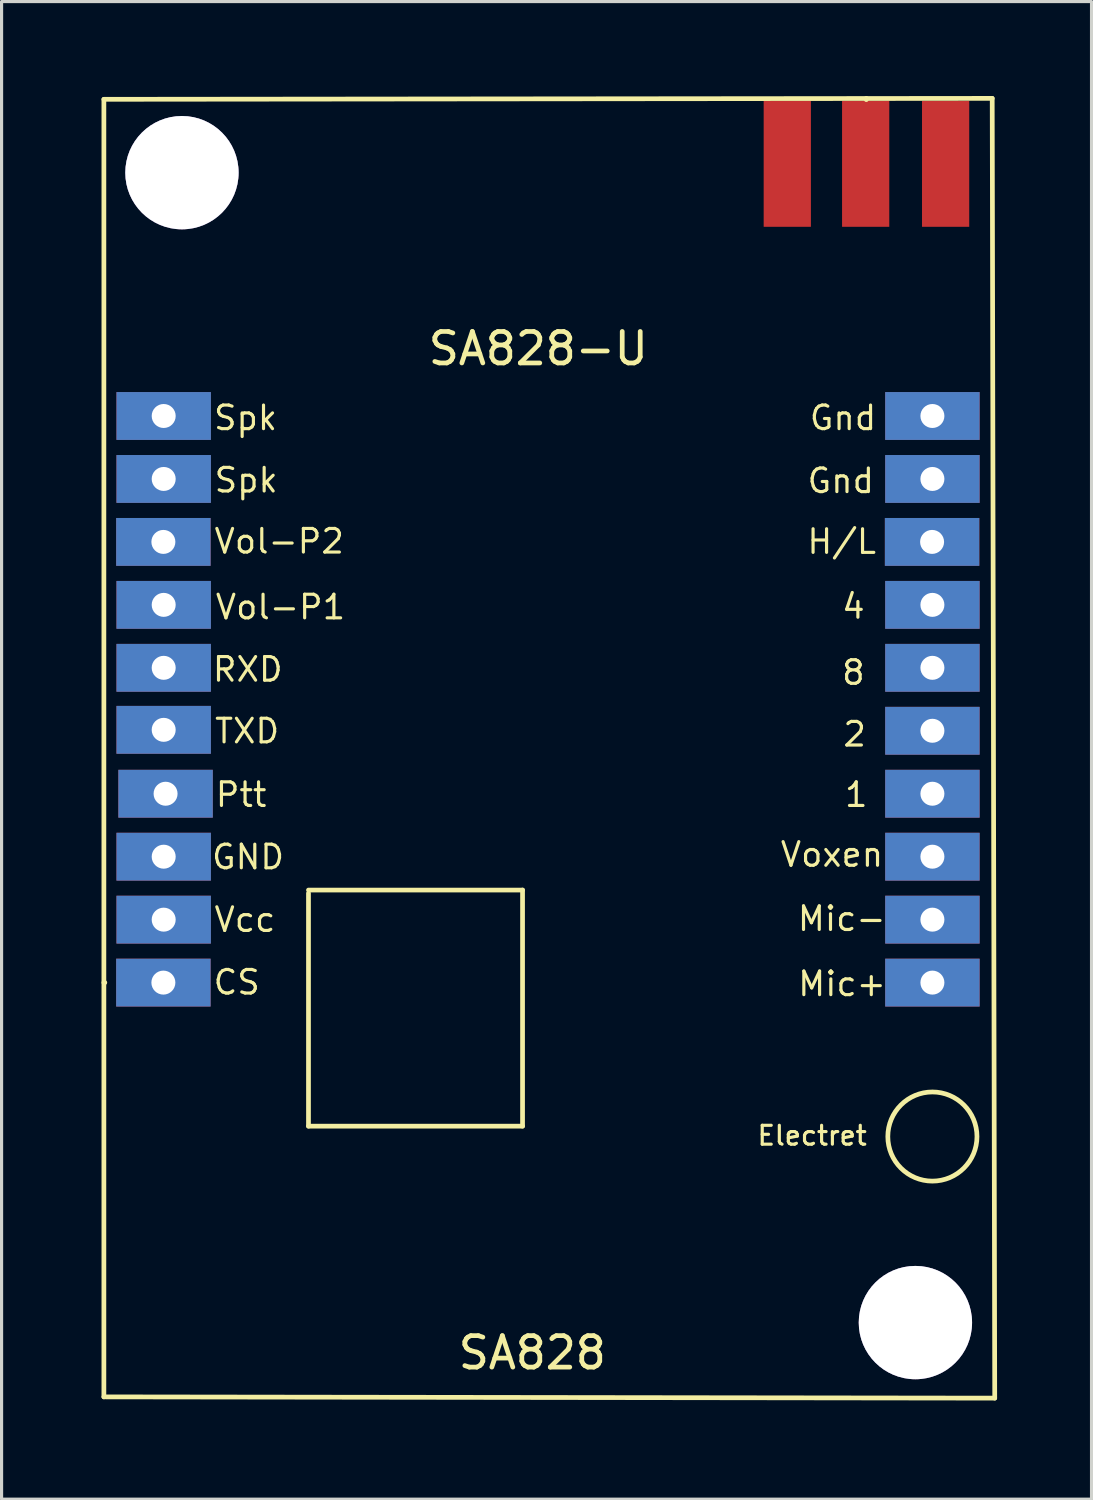
<source format=kicad_pcb>
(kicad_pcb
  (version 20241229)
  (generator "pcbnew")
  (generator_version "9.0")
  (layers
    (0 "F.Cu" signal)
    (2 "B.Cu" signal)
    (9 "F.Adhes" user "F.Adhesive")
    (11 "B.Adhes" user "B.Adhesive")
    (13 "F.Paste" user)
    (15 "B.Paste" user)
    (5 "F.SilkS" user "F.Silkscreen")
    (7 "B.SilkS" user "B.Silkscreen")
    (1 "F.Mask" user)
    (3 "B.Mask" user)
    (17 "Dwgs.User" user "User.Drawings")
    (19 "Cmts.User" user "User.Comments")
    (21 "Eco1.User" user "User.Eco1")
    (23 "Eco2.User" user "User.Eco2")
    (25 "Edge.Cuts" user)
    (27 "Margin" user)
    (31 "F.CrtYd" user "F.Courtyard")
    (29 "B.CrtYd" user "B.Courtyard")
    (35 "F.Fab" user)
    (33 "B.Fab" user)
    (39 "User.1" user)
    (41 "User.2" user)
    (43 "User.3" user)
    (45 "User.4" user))
  (footprint "SA828"
    (layer "F.Cu")
    (at 0.25 41.325)
    (property "Reference" "SA828" (at 13.61 -1.4 0) (layer "F.SilkS") (effects (font (size 1 1) (thickness 0.15))))
    (attr through_hole)
    (fp_line (start 0 -41.22) (end 28.22 -41.25) (stroke (width 0.15) (type solid)) (layer "F.SilkS"))
    (fp_line (start 0 -13.16) (end 0.03 -13.16) (stroke (width 0.15) (type solid)) (layer "F.SilkS"))
    (fp_line (start 0 0) (end 0 -41.22) (stroke (width 0.15) (type solid)) (layer "F.SilkS"))
    (fp_line (start 6.5 -16) (end 6.5 -8.6) (stroke (width 0.15) (type solid)) (layer "F.SilkS"))
    (fp_line (start 6.5 -8.6) (end 13.3 -8.6) (stroke (width 0.15) (type solid)) (layer "F.SilkS"))
    (fp_line (start 13.3 -16.1) (end 6.5 -16.1) (stroke (width 0.15) (type solid)) (layer "F.SilkS"))
    (fp_line (start 13.3 -8.6) (end 13.3 -16.1) (stroke (width 0.15) (type solid)) (layer "F.SilkS"))
    (fp_line (start 24.22 -41.25) (end 24.22 -41.21) (stroke (width 0.15) (type solid)) (layer "F.SilkS"))
    (fp_line (start 28.22 -41.25) (end 28.3 0.04) (stroke (width 0.15) (type solid)) (layer "F.SilkS"))
    (fp_line (start 28.3 0.04) (end 0 0) (stroke (width 0.15) (type solid)) (layer "F.SilkS"))
    (fp_circle (center 2.48 -38.89) (end 3.57 -38.95) (stroke (width 0.15) (type solid)) (fill no) (layer "F.SilkS"))
    (fp_circle (center 25.78 -2.35) (end 26.55 -3.25) (stroke (width 0.15) (type solid)) (fill no) (layer "F.SilkS"))
    (fp_circle (center 26.32 -8.27) (end 27.37 -9.22) (stroke (width 0.15) (type solid)) (fill no) (layer "F.SilkS"))
    (fp_text user "Electret" (at 22.5 -8.3 0) (layer "F.SilkS") (effects (font (size 0.6 0.6) (thickness 0.1))))
    (fp_text user "Mic-" (at 23.44 -15.19 0) (layer "F.SilkS") (effects (font (size 0.75 0.75) (thickness 0.1))))
    (fp_text user "Voxen" (at 23.13 -17.23 0) (layer "F.SilkS") (effects (font (size 0.75 0.75) (thickness 0.1))))
    (fp_text user "Gnd" (at 23.48 -31.1 0) (layer "F.SilkS") (effects (font (size 0.75 0.75) (thickness 0.1))))
    (fp_text user "SA828-U" (at 13.8 -33.3 0) (layer "F.SilkS") (effects (font (size 1 1) (thickness 0.15))))
    (fp_text user "CS" (at 4.22 -13.17 0) (layer "F.SilkS") (effects (font (size 0.75 0.75) (thickness 0.1))))
    (fp_text user "Mic+" (at 23.45 -13.12 0) (layer "F.SilkS") (effects (font (size 0.75 0.75) (thickness 0.1))))
    (fp_text user "Spk" (at 4.52 -29.12 0) (layer "F.SilkS") (effects (font (size 0.75 0.75) (thickness 0.1))))
    (fp_text user "GND" (at 4.58 -17.15 0) (layer "F.SilkS") (effects (font (size 0.75 0.75) (thickness 0.1))))
    (fp_text user "Spk" (at 4.5 -31.1 0) (layer "F.SilkS") (effects (font (size 0.75 0.75) (thickness 0.1))))
    (fp_text user "Ptt" (at 4.36 -19.13 0) (layer "F.SilkS") (effects (font (size 0.75 0.75) (thickness 0.1))))
    (fp_text user "1" (at 23.9 -19.13 0) (layer "F.SilkS") (effects (font (size 0.75 0.75) (thickness 0.1))))
    (fp_text user "TXD" (at 4.55 -21.15 0) (layer "F.SilkS") (effects (font (size 0.75 0.75) (thickness 0.1))))
    (fp_text user "2" (at 23.85 -21.05 0) (layer "F.SilkS") (effects (font (size 0.75 0.75) (thickness 0.1))))
    (fp_text user "Vol-P2" (at 5.57 -27.18 0) (layer "F.SilkS") (effects (font (size 0.75 0.75) (thickness 0.1))))
    (fp_text user "Gnd" (at 23.41 -29.1 0) (layer "F.SilkS") (effects (font (size 0.75 0.75) (thickness 0.1))))
    (fp_text user "H/L" (at 23.44 -27.17 0) (layer "F.SilkS") (effects (font (size 0.75 0.75) (thickness 0.1))))
    (fp_text user "Vcc" (at 4.48 -15.16 0) (layer "F.SilkS") (effects (font (size 0.75 0.75) (thickness 0.1))))
    (fp_text user "Vol-P1" (at 5.61 -25.09 0) (layer "F.SilkS") (effects (font (size 0.75 0.75) (thickness 0.1))))
    (fp_text user "8" (at 23.81 -23.01 0) (layer "F.SilkS") (effects (font (size 0.75 0.75) (thickness 0.1))))
    (fp_text user "RXD" (at 4.57 -23.11 0) (layer "F.SilkS") (effects (font (size 0.75 0.75) (thickness 0.1))))
    (fp_text user "4" (at 23.81 -25.11 0) (layer "F.SilkS") (effects (font (size 0.75 0.75) (thickness 0.1))))
    (pad "" thru_hole circle (at 2.48 -38.89) (size 3.6 3.6) (drill 3.6) (layers "*.Cu" "*.Mask"))
    (pad "" thru_hole circle (at 25.78 -2.36) (size 3.6 3.6) (drill 3.6) (layers "*.Cu" "*.Mask"))
    (pad "1" thru_hole rect (at 26.32 -13.16) (size 3 1.52) (drill 0.762) (layers "*.Cu" "*.Mask"))
    (pad "2" thru_hole rect (at 26.32 -15.16) (size 3 1.52) (drill 0.762) (layers "*.Cu" "*.Mask"))
    (pad "3" thru_hole rect (at 26.32 -17.16) (size 3 1.52) (drill 0.762) (layers "*.Cu" "*.Mask"))
    (pad "4" thru_hole rect (at 26.32 -19.16) (size 3 1.52) (drill 0.762) (layers "*.Cu" "*.Mask"))
    (pad "5" thru_hole rect (at 26.32 -21.16) (size 3 1.52) (drill 0.762) (layers "*.Cu" "*.Mask"))
    (pad "6" thru_hole rect (at 26.32 -23.16) (size 3 1.52) (drill 0.762) (layers "*.Cu" "*.Mask"))
    (pad "7" thru_hole rect (at 26.32 -25.16) (size 3 1.52) (drill 0.762) (layers "*.Cu" "*.Mask"))
    (pad "8" thru_hole rect (at 26.31 -27.16) (size 3 1.52) (drill 0.762) (layers "*.Cu" "*.Mask"))
    (pad "9" thru_hole rect (at 26.32 -29.16) (size 3 1.52) (drill 0.762) (layers "*.Cu" "*.Mask"))
    (pad "10" thru_hole rect (at 26.32 -31.16) (size 3 1.52) (drill 0.762) (layers "*.Cu" "*.Mask"))
    (pad "11" smd rect (at 24.2 -39.17) (size 1.5 4) (layers "F.Cu" "F.Mask" "F.Paste"))
    (pad "12" smd rect (at 21.71 -39.17) (size 1.5 4) (layers "F.Cu" "F.Mask" "F.Paste"))
    (pad "13" smd rect (at 26.74 -39.17) (size 1.5 4) (layers "F.Cu" "F.Mask" "F.Paste"))
    (pad "14" thru_hole rect (at 1.9 -31.16) (size 3 1.52) (drill 0.762) (layers "*.Cu" "*.Mask"))
    (pad "15" thru_hole rect (at 1.9 -29.16) (size 3 1.52) (drill 0.762) (layers "*.Cu" "*.Mask"))
    (pad "16" thru_hole rect (at 1.89 -27.16) (size 3 1.52) (drill 0.762) (layers "*.Cu" "*.Mask"))
    (pad "17" thru_hole rect (at 1.9 -25.16) (size 3 1.52) (drill 0.762) (layers "*.Cu" "*.Mask"))
    (pad "18" thru_hole rect (at 1.9 -23.16) (size 3 1.52) (drill 0.762) (layers "*.Cu" "*.Mask"))
    (pad "19" thru_hole rect (at 1.9 -21.19) (size 3 1.52) (drill 0.762) (layers "*.Cu" "*.Mask"))
    (pad "20" thru_hole rect (at 1.96 -19.16) (size 3 1.52) (drill 0.762) (layers "*.Cu" "*.Mask"))
    (pad "21" thru_hole rect (at 1.9 -17.16) (size 3 1.52) (drill 0.762) (layers "*.Cu" "*.Mask"))
    (pad "22" thru_hole rect (at 1.9 -15.16) (size 3 1.52) (drill 0.762) (layers "*.Cu" "*.Mask"))
    (pad "23" thru_hole rect (at 1.89 -13.16) (size 3 1.52) (drill 0.762) (layers "*.Cu" "*.Mask")))
  (gr_rect
    (start -3 -3)
    (end 31.625 44.575)
    (stroke (width 0.1) (type default))
    (fill no)
    (layer "Edge.Cuts")))
</source>
